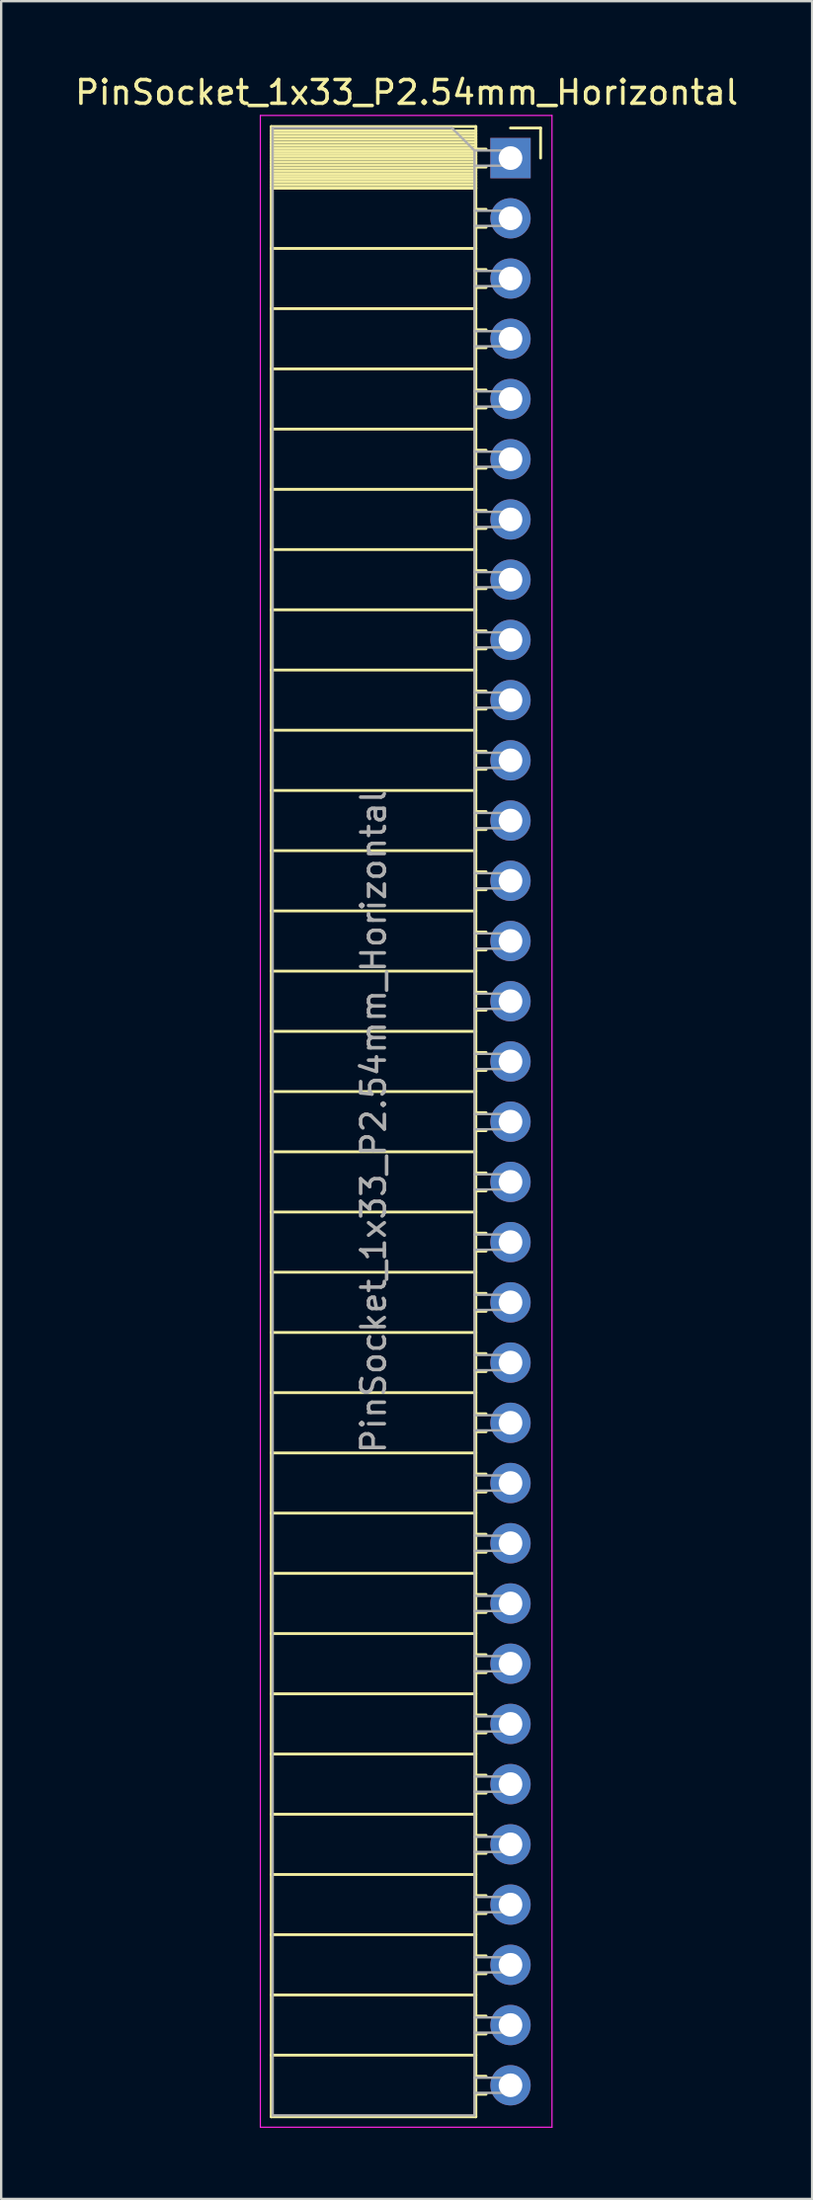
<source format=kicad_pcb>
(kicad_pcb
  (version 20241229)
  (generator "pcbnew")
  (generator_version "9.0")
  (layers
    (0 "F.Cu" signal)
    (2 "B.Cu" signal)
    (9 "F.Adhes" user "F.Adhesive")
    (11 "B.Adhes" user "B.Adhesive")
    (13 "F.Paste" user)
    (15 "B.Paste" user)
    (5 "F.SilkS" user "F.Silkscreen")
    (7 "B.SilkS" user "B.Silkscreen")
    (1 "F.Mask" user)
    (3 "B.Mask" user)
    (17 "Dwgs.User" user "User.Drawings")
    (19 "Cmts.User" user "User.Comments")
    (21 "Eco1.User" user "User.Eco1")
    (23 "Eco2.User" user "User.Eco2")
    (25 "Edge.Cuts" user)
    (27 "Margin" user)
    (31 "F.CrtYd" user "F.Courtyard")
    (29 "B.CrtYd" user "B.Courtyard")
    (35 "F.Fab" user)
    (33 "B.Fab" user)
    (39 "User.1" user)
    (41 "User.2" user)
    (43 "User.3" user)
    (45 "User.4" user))
  (footprint "PinSocket_1x33_P2.54mm_Horizontal"
    (layer "F.Cu")
    (at 18.481 3.618)
    (property "Reference" "PinSocket_1x33_P2.54mm_Horizontal" (at -4.38 -2.77 0) (layer "F.SilkS") (effects (font (size 1 1) (thickness 0.15))))
    (attr through_hole)
    (fp_line (start -10.09 -1.33) (end -1.46 -1.33) (stroke (width 0.12) (type solid)) (layer "F.SilkS"))
    (fp_line (start -10.09 -1.15) (end -1.46 -1.15) (stroke (width 0.12) (type solid)) (layer "F.SilkS"))
    (fp_line (start -10.09 -1.03) (end -1.46 -1.03) (stroke (width 0.12) (type solid)) (layer "F.SilkS"))
    (fp_line (start -10.09 -0.91) (end -1.46 -0.91) (stroke (width 0.12) (type solid)) (layer "F.SilkS"))
    (fp_line (start -10.09 -0.79) (end -1.46 -0.79) (stroke (width 0.12) (type solid)) (layer "F.SilkS"))
    (fp_line (start -10.09 -0.67) (end -1.46 -0.67) (stroke (width 0.12) (type solid)) (layer "F.SilkS"))
    (fp_line (start -10.09 -0.55) (end -1.46 -0.55) (stroke (width 0.12) (type solid)) (layer "F.SilkS"))
    (fp_line (start -10.09 -0.43) (end -1.46 -0.43) (stroke (width 0.12) (type solid)) (layer "F.SilkS"))
    (fp_line (start -10.09 -0.31) (end -1.46 -0.31) (stroke (width 0.12) (type solid)) (layer "F.SilkS"))
    (fp_line (start -10.09 -0.19) (end -1.46 -0.19) (stroke (width 0.12) (type solid)) (layer "F.SilkS"))
    (fp_line (start -10.09 -0.07) (end -1.46 -0.07) (stroke (width 0.12) (type solid)) (layer "F.SilkS"))
    (fp_line (start -10.09 0.05) (end -1.46 0.05) (stroke (width 0.12) (type solid)) (layer "F.SilkS"))
    (fp_line (start -10.09 0.17) (end -1.46 0.17) (stroke (width 0.12) (type solid)) (layer "F.SilkS"))
    (fp_line (start -10.09 0.29) (end -1.46 0.29) (stroke (width 0.12) (type solid)) (layer "F.SilkS"))
    (fp_line (start -10.09 0.41) (end -1.46 0.41) (stroke (width 0.12) (type solid)) (layer "F.SilkS"))
    (fp_line (start -10.09 0.53) (end -1.46 0.53) (stroke (width 0.12) (type solid)) (layer "F.SilkS"))
    (fp_line (start -10.09 0.65) (end -1.46 0.65) (stroke (width 0.12) (type solid)) (layer "F.SilkS"))
    (fp_line (start -10.09 0.77) (end -1.46 0.77) (stroke (width 0.12) (type solid)) (layer "F.SilkS"))
    (fp_line (start -10.09 0.89) (end -1.46 0.89) (stroke (width 0.12) (type solid)) (layer "F.SilkS"))
    (fp_line (start -10.09 1.01) (end -1.46 1.01) (stroke (width 0.12) (type solid)) (layer "F.SilkS"))
    (fp_line (start -10.09 1.13) (end -1.46 1.13) (stroke (width 0.12) (type solid)) (layer "F.SilkS"))
    (fp_line (start -10.09 1.25) (end -1.46 1.25) (stroke (width 0.12) (type solid)) (layer "F.SilkS"))
    (fp_line (start -10.09 1.27) (end -1.46 1.27) (stroke (width 0.12) (type solid)) (layer "F.SilkS"))
    (fp_line (start -10.09 3.81) (end -1.46 3.81) (stroke (width 0.12) (type solid)) (layer "F.SilkS"))
    (fp_line (start -10.09 6.35) (end -1.46 6.35) (stroke (width 0.12) (type solid)) (layer "F.SilkS"))
    (fp_line (start -10.09 8.89) (end -1.46 8.89) (stroke (width 0.12) (type solid)) (layer "F.SilkS"))
    (fp_line (start -10.09 11.43) (end -1.46 11.43) (stroke (width 0.12) (type solid)) (layer "F.SilkS"))
    (fp_line (start -10.09 13.97) (end -1.46 13.97) (stroke (width 0.12) (type solid)) (layer "F.SilkS"))
    (fp_line (start -10.09 16.51) (end -1.46 16.51) (stroke (width 0.12) (type solid)) (layer "F.SilkS"))
    (fp_line (start -10.09 19.05) (end -1.46 19.05) (stroke (width 0.12) (type solid)) (layer "F.SilkS"))
    (fp_line (start -10.09 21.59) (end -1.46 21.59) (stroke (width 0.12) (type solid)) (layer "F.SilkS"))
    (fp_line (start -10.09 24.13) (end -1.46 24.13) (stroke (width 0.12) (type solid)) (layer "F.SilkS"))
    (fp_line (start -10.09 26.67) (end -1.46 26.67) (stroke (width 0.12) (type solid)) (layer "F.SilkS"))
    (fp_line (start -10.09 29.21) (end -1.46 29.21) (stroke (width 0.12) (type solid)) (layer "F.SilkS"))
    (fp_line (start -10.09 31.75) (end -1.46 31.75) (stroke (width 0.12) (type solid)) (layer "F.SilkS"))
    (fp_line (start -10.09 34.29) (end -1.46 34.29) (stroke (width 0.12) (type solid)) (layer "F.SilkS"))
    (fp_line (start -10.09 36.83) (end -1.46 36.83) (stroke (width 0.12) (type solid)) (layer "F.SilkS"))
    (fp_line (start -10.09 39.37) (end -1.46 39.37) (stroke (width 0.12) (type solid)) (layer "F.SilkS"))
    (fp_line (start -10.09 41.91) (end -1.46 41.91) (stroke (width 0.12) (type solid)) (layer "F.SilkS"))
    (fp_line (start -10.09 44.45) (end -1.46 44.45) (stroke (width 0.12) (type solid)) (layer "F.SilkS"))
    (fp_line (start -10.09 46.99) (end -1.46 46.99) (stroke (width 0.12) (type solid)) (layer "F.SilkS"))
    (fp_line (start -10.09 49.53) (end -1.46 49.53) (stroke (width 0.12) (type solid)) (layer "F.SilkS"))
    (fp_line (start -10.09 52.07) (end -1.46 52.07) (stroke (width 0.12) (type solid)) (layer "F.SilkS"))
    (fp_line (start -10.09 54.61) (end -1.46 54.61) (stroke (width 0.12) (type solid)) (layer "F.SilkS"))
    (fp_line (start -10.09 57.15) (end -1.46 57.15) (stroke (width 0.12) (type solid)) (layer "F.SilkS"))
    (fp_line (start -10.09 59.69) (end -1.46 59.69) (stroke (width 0.12) (type solid)) (layer "F.SilkS"))
    (fp_line (start -10.09 62.23) (end -1.46 62.23) (stroke (width 0.12) (type solid)) (layer "F.SilkS"))
    (fp_line (start -10.09 64.77) (end -1.46 64.77) (stroke (width 0.12) (type solid)) (layer "F.SilkS"))
    (fp_line (start -10.09 67.31) (end -1.46 67.31) (stroke (width 0.12) (type solid)) (layer "F.SilkS"))
    (fp_line (start -10.09 69.85) (end -1.46 69.85) (stroke (width 0.12) (type solid)) (layer "F.SilkS"))
    (fp_line (start -10.09 72.39) (end -1.46 72.39) (stroke (width 0.12) (type solid)) (layer "F.SilkS"))
    (fp_line (start -10.09 74.93) (end -1.46 74.93) (stroke (width 0.12) (type solid)) (layer "F.SilkS"))
    (fp_line (start -10.09 77.47) (end -1.46 77.47) (stroke (width 0.12) (type solid)) (layer "F.SilkS"))
    (fp_line (start -10.09 80.01) (end -1.46 80.01) (stroke (width 0.12) (type solid)) (layer "F.SilkS"))
    (fp_line (start -10.09 82.61) (end -10.09 -1.33) (stroke (width 0.12) (type solid)) (layer "F.SilkS"))
    (fp_line (start -1.46 -1.33) (end -1.46 82.61) (stroke (width 0.12) (type solid)) (layer "F.SilkS"))
    (fp_line (start -1.46 -0.38) (end -1.03 -0.38) (stroke (width 0.12) (type solid)) (layer "F.SilkS"))
    (fp_line (start -1.46 2.16) (end -1.03 2.16) (stroke (width 0.12) (type solid)) (layer "F.SilkS"))
    (fp_line (start -1.46 4.7) (end -1.03 4.7) (stroke (width 0.12) (type solid)) (layer "F.SilkS"))
    (fp_line (start -1.46 7.24) (end -1.03 7.24) (stroke (width 0.12) (type solid)) (layer "F.SilkS"))
    (fp_line (start -1.46 9.78) (end -1.03 9.78) (stroke (width 0.12) (type solid)) (layer "F.SilkS"))
    (fp_line (start -1.46 12.32) (end -1.03 12.32) (stroke (width 0.12) (type solid)) (layer "F.SilkS"))
    (fp_line (start -1.46 14.86) (end -1.03 14.86) (stroke (width 0.12) (type solid)) (layer "F.SilkS"))
    (fp_line (start -1.46 17.4) (end -1.03 17.4) (stroke (width 0.12) (type solid)) (layer "F.SilkS"))
    (fp_line (start -1.46 19.94) (end -1.03 19.94) (stroke (width 0.12) (type solid)) (layer "F.SilkS"))
    (fp_line (start -1.46 22.48) (end -1.03 22.48) (stroke (width 0.12) (type solid)) (layer "F.SilkS"))
    (fp_line (start -1.46 25.02) (end -1.03 25.02) (stroke (width 0.12) (type solid)) (layer "F.SilkS"))
    (fp_line (start -1.46 27.56) (end -1.03 27.56) (stroke (width 0.12) (type solid)) (layer "F.SilkS"))
    (fp_line (start -1.46 30.1) (end -1.03 30.1) (stroke (width 0.12) (type solid)) (layer "F.SilkS"))
    (fp_line (start -1.46 32.64) (end -1.03 32.64) (stroke (width 0.12) (type solid)) (layer "F.SilkS"))
    (fp_line (start -1.46 35.18) (end -1.03 35.18) (stroke (width 0.12) (type solid)) (layer "F.SilkS"))
    (fp_line (start -1.46 37.72) (end -1.03 37.72) (stroke (width 0.12) (type solid)) (layer "F.SilkS"))
    (fp_line (start -1.46 40.26) (end -1.03 40.26) (stroke (width 0.12) (type solid)) (layer "F.SilkS"))
    (fp_line (start -1.46 42.8) (end -1.03 42.8) (stroke (width 0.12) (type solid)) (layer "F.SilkS"))
    (fp_line (start -1.46 45.34) (end -1.03 45.34) (stroke (width 0.12) (type solid)) (layer "F.SilkS"))
    (fp_line (start -1.46 47.88) (end -1.03 47.88) (stroke (width 0.12) (type solid)) (layer "F.SilkS"))
    (fp_line (start -1.46 50.42) (end -1.03 50.42) (stroke (width 0.12) (type solid)) (layer "F.SilkS"))
    (fp_line (start -1.46 52.96) (end -1.03 52.96) (stroke (width 0.12) (type solid)) (layer "F.SilkS"))
    (fp_line (start -1.46 55.5) (end -1.03 55.5) (stroke (width 0.12) (type solid)) (layer "F.SilkS"))
    (fp_line (start -1.46 58.04) (end -1.03 58.04) (stroke (width 0.12) (type solid)) (layer "F.SilkS"))
    (fp_line (start -1.46 60.58) (end -1.03 60.58) (stroke (width 0.12) (type solid)) (layer "F.SilkS"))
    (fp_line (start -1.46 63.12) (end -1.03 63.12) (stroke (width 0.12) (type solid)) (layer "F.SilkS"))
    (fp_line (start -1.46 65.66) (end -1.03 65.66) (stroke (width 0.12) (type solid)) (layer "F.SilkS"))
    (fp_line (start -1.46 68.2) (end -1.03 68.2) (stroke (width 0.12) (type solid)) (layer "F.SilkS"))
    (fp_line (start -1.46 70.74) (end -1.03 70.74) (stroke (width 0.12) (type solid)) (layer "F.SilkS"))
    (fp_line (start -1.46 73.28) (end -1.03 73.28) (stroke (width 0.12) (type solid)) (layer "F.SilkS"))
    (fp_line (start -1.46 75.82) (end -1.03 75.82) (stroke (width 0.12) (type solid)) (layer "F.SilkS"))
    (fp_line (start -1.46 78.36) (end -1.03 78.36) (stroke (width 0.12) (type solid)) (layer "F.SilkS"))
    (fp_line (start -1.46 80.9) (end -1.03 80.9) (stroke (width 0.12) (type solid)) (layer "F.SilkS"))
    (fp_line (start -1.46 82.61) (end -10.09 82.61) (stroke (width 0.12) (type solid)) (layer "F.SilkS"))
    (fp_line (start -1.03 0.38) (end -1.46 0.38) (stroke (width 0.12) (type solid)) (layer "F.SilkS"))
    (fp_line (start -1.03 2.92) (end -1.46 2.92) (stroke (width 0.12) (type solid)) (layer "F.SilkS"))
    (fp_line (start -1.03 5.46) (end -1.46 5.46) (stroke (width 0.12) (type solid)) (layer "F.SilkS"))
    (fp_line (start -1.03 8) (end -1.46 8) (stroke (width 0.12) (type solid)) (layer "F.SilkS"))
    (fp_line (start -1.03 10.54) (end -1.46 10.54) (stroke (width 0.12) (type solid)) (layer "F.SilkS"))
    (fp_line (start -1.03 13.08) (end -1.46 13.08) (stroke (width 0.12) (type solid)) (layer "F.SilkS"))
    (fp_line (start -1.03 15.62) (end -1.46 15.62) (stroke (width 0.12) (type solid)) (layer "F.SilkS"))
    (fp_line (start -1.03 18.16) (end -1.46 18.16) (stroke (width 0.12) (type solid)) (layer "F.SilkS"))
    (fp_line (start -1.03 20.7) (end -1.46 20.7) (stroke (width 0.12) (type solid)) (layer "F.SilkS"))
    (fp_line (start -1.03 23.24) (end -1.46 23.24) (stroke (width 0.12) (type solid)) (layer "F.SilkS"))
    (fp_line (start -1.03 25.78) (end -1.46 25.78) (stroke (width 0.12) (type solid)) (layer "F.SilkS"))
    (fp_line (start -1.03 28.32) (end -1.46 28.32) (stroke (width 0.12) (type solid)) (layer "F.SilkS"))
    (fp_line (start -1.03 30.86) (end -1.46 30.86) (stroke (width 0.12) (type solid)) (layer "F.SilkS"))
    (fp_line (start -1.03 33.4) (end -1.46 33.4) (stroke (width 0.12) (type solid)) (layer "F.SilkS"))
    (fp_line (start -1.03 35.94) (end -1.46 35.94) (stroke (width 0.12) (type solid)) (layer "F.SilkS"))
    (fp_line (start -1.03 38.48) (end -1.46 38.48) (stroke (width 0.12) (type solid)) (layer "F.SilkS"))
    (fp_line (start -1.03 41.02) (end -1.46 41.02) (stroke (width 0.12) (type solid)) (layer "F.SilkS"))
    (fp_line (start -1.03 43.56) (end -1.46 43.56) (stroke (width 0.12) (type solid)) (layer "F.SilkS"))
    (fp_line (start -1.03 46.1) (end -1.46 46.1) (stroke (width 0.12) (type solid)) (layer "F.SilkS"))
    (fp_line (start -1.03 48.64) (end -1.46 48.64) (stroke (width 0.12) (type solid)) (layer "F.SilkS"))
    (fp_line (start -1.03 51.18) (end -1.46 51.18) (stroke (width 0.12) (type solid)) (layer "F.SilkS"))
    (fp_line (start -1.03 53.72) (end -1.46 53.72) (stroke (width 0.12) (type solid)) (layer "F.SilkS"))
    (fp_line (start -1.03 56.26) (end -1.46 56.26) (stroke (width 0.12) (type solid)) (layer "F.SilkS"))
    (fp_line (start -1.03 58.8) (end -1.46 58.8) (stroke (width 0.12) (type solid)) (layer "F.SilkS"))
    (fp_line (start -1.03 61.34) (end -1.46 61.34) (stroke (width 0.12) (type solid)) (layer "F.SilkS"))
    (fp_line (start -1.03 63.88) (end -1.46 63.88) (stroke (width 0.12) (type solid)) (layer "F.SilkS"))
    (fp_line (start -1.03 66.42) (end -1.46 66.42) (stroke (width 0.12) (type solid)) (layer "F.SilkS"))
    (fp_line (start -1.03 68.96) (end -1.46 68.96) (stroke (width 0.12) (type solid)) (layer "F.SilkS"))
    (fp_line (start -1.03 71.5) (end -1.46 71.5) (stroke (width 0.12) (type solid)) (layer "F.SilkS"))
    (fp_line (start -1.03 74.04) (end -1.46 74.04) (stroke (width 0.12) (type solid)) (layer "F.SilkS"))
    (fp_line (start -1.03 76.58) (end -1.46 76.58) (stroke (width 0.12) (type solid)) (layer "F.SilkS"))
    (fp_line (start -1.03 79.12) (end -1.46 79.12) (stroke (width 0.12) (type solid)) (layer "F.SilkS"))
    (fp_line (start -1.03 81.66) (end -1.46 81.66) (stroke (width 0.12) (type solid)) (layer "F.SilkS"))
    (fp_line (start 0 -1.27) (end 1.27 -1.27) (stroke (width 0.12) (type solid)) (layer "F.SilkS"))
    (fp_line (start 1.27 -1.27) (end 1.27 0) (stroke (width 0.12) (type solid)) (layer "F.SilkS"))
    (fp_line (start -10.55 -1.8) (end -10.55 83.05) (stroke (width 0.05) (type solid)) (layer "F.CrtYd"))
    (fp_line (start -10.55 83.05) (end 1.75 83.05) (stroke (width 0.05) (type solid)) (layer "F.CrtYd"))
    (fp_line (start 1.75 -1.8) (end -10.55 -1.8) (stroke (width 0.05) (type solid)) (layer "F.CrtYd"))
    (fp_line (start 1.75 83.05) (end 1.75 -1.8) (stroke (width 0.05) (type solid)) (layer "F.CrtYd"))
    (fp_line (start -10.03 -1.27) (end -2.47 -1.27) (stroke (width 0.1) (type solid)) (layer "F.Fab"))
    (fp_line (start -10.03 82.55) (end -10.03 -1.27) (stroke (width 0.1) (type solid)) (layer "F.Fab"))
    (fp_line (start -2.47 -1.27) (end -1.52 -0.32) (stroke (width 0.1) (type solid)) (layer "F.Fab"))
    (fp_line (start -1.52 -0.32) (end -1.52 82.55) (stroke (width 0.1) (type solid)) (layer "F.Fab"))
    (fp_line (start -1.52 0.32) (end 0 0.32) (stroke (width 0.1) (type solid)) (layer "F.Fab"))
    (fp_line (start -1.52 2.86) (end 0 2.86) (stroke (width 0.1) (type solid)) (layer "F.Fab"))
    (fp_line (start -1.52 5.4) (end 0 5.4) (stroke (width 0.1) (type solid)) (layer "F.Fab"))
    (fp_line (start -1.52 7.94) (end 0 7.94) (stroke (width 0.1) (type solid)) (layer "F.Fab"))
    (fp_line (start -1.52 10.48) (end 0 10.48) (stroke (width 0.1) (type solid)) (layer "F.Fab"))
    (fp_line (start -1.52 13.02) (end 0 13.02) (stroke (width 0.1) (type solid)) (layer "F.Fab"))
    (fp_line (start -1.52 15.56) (end 0 15.56) (stroke (width 0.1) (type solid)) (layer "F.Fab"))
    (fp_line (start -1.52 18.1) (end 0 18.1) (stroke (width 0.1) (type solid)) (layer "F.Fab"))
    (fp_line (start -1.52 20.64) (end 0 20.64) (stroke (width 0.1) (type solid)) (layer "F.Fab"))
    (fp_line (start -1.52 23.18) (end 0 23.18) (stroke (width 0.1) (type solid)) (layer "F.Fab"))
    (fp_line (start -1.52 25.72) (end 0 25.72) (stroke (width 0.1) (type solid)) (layer "F.Fab"))
    (fp_line (start -1.52 28.26) (end 0 28.26) (stroke (width 0.1) (type solid)) (layer "F.Fab"))
    (fp_line (start -1.52 30.8) (end 0 30.8) (stroke (width 0.1) (type solid)) (layer "F.Fab"))
    (fp_line (start -1.52 33.34) (end 0 33.34) (stroke (width 0.1) (type solid)) (layer "F.Fab"))
    (fp_line (start -1.52 35.88) (end 0 35.88) (stroke (width 0.1) (type solid)) (layer "F.Fab"))
    (fp_line (start -1.52 38.42) (end 0 38.42) (stroke (width 0.1) (type solid)) (layer "F.Fab"))
    (fp_line (start -1.52 40.96) (end 0 40.96) (stroke (width 0.1) (type solid)) (layer "F.Fab"))
    (fp_line (start -1.52 43.5) (end 0 43.5) (stroke (width 0.1) (type solid)) (layer "F.Fab"))
    (fp_line (start -1.52 46.04) (end 0 46.04) (stroke (width 0.1) (type solid)) (layer "F.Fab"))
    (fp_line (start -1.52 48.58) (end 0 48.58) (stroke (width 0.1) (type solid)) (layer "F.Fab"))
    (fp_line (start -1.52 51.12) (end 0 51.12) (stroke (width 0.1) (type solid)) (layer "F.Fab"))
    (fp_line (start -1.52 53.66) (end 0 53.66) (stroke (width 0.1) (type solid)) (layer "F.Fab"))
    (fp_line (start -1.52 56.2) (end 0 56.2) (stroke (width 0.1) (type solid)) (layer "F.Fab"))
    (fp_line (start -1.52 58.74) (end 0 58.74) (stroke (width 0.1) (type solid)) (layer "F.Fab"))
    (fp_line (start -1.52 61.28) (end 0 61.28) (stroke (width 0.1) (type solid)) (layer "F.Fab"))
    (fp_line (start -1.52 63.82) (end 0 63.82) (stroke (width 0.1) (type solid)) (layer "F.Fab"))
    (fp_line (start -1.52 66.36) (end 0 66.36) (stroke (width 0.1) (type solid)) (layer "F.Fab"))
    (fp_line (start -1.52 68.9) (end 0 68.9) (stroke (width 0.1) (type solid)) (layer "F.Fab"))
    (fp_line (start -1.52 71.44) (end 0 71.44) (stroke (width 0.1) (type solid)) (layer "F.Fab"))
    (fp_line (start -1.52 73.98) (end 0 73.98) (stroke (width 0.1) (type solid)) (layer "F.Fab"))
    (fp_line (start -1.52 76.52) (end 0 76.52) (stroke (width 0.1) (type solid)) (layer "F.Fab"))
    (fp_line (start -1.52 79.06) (end 0 79.06) (stroke (width 0.1) (type solid)) (layer "F.Fab"))
    (fp_line (start -1.52 81.6) (end 0 81.6) (stroke (width 0.1) (type solid)) (layer "F.Fab"))
    (fp_line (start -1.52 82.55) (end -10.03 82.55) (stroke (width 0.1) (type solid)) (layer "F.Fab"))
    (fp_line (start 0 -0.32) (end -1.52 -0.32) (stroke (width 0.1) (type solid)) (layer "F.Fab"))
    (fp_line (start 0 0.32) (end 0 -0.32) (stroke (width 0.1) (type solid)) (layer "F.Fab"))
    (fp_line (start 0 2.22) (end -1.52 2.22) (stroke (width 0.1) (type solid)) (layer "F.Fab"))
    (fp_line (start 0 2.86) (end 0 2.22) (stroke (width 0.1) (type solid)) (layer "F.Fab"))
    (fp_line (start 0 4.76) (end -1.52 4.76) (stroke (width 0.1) (type solid)) (layer "F.Fab"))
    (fp_line (start 0 5.4) (end 0 4.76) (stroke (width 0.1) (type solid)) (layer "F.Fab"))
    (fp_line (start 0 7.3) (end -1.52 7.3) (stroke (width 0.1) (type solid)) (layer "F.Fab"))
    (fp_line (start 0 7.94) (end 0 7.3) (stroke (width 0.1) (type solid)) (layer "F.Fab"))
    (fp_line (start 0 9.84) (end -1.52 9.84) (stroke (width 0.1) (type solid)) (layer "F.Fab"))
    (fp_line (start 0 10.48) (end 0 9.84) (stroke (width 0.1) (type solid)) (layer "F.Fab"))
    (fp_line (start 0 12.38) (end -1.52 12.38) (stroke (width 0.1) (type solid)) (layer "F.Fab"))
    (fp_line (start 0 13.02) (end 0 12.38) (stroke (width 0.1) (type solid)) (layer "F.Fab"))
    (fp_line (start 0 14.92) (end -1.52 14.92) (stroke (width 0.1) (type solid)) (layer "F.Fab"))
    (fp_line (start 0 15.56) (end 0 14.92) (stroke (width 0.1) (type solid)) (layer "F.Fab"))
    (fp_line (start 0 17.46) (end -1.52 17.46) (stroke (width 0.1) (type solid)) (layer "F.Fab"))
    (fp_line (start 0 18.1) (end 0 17.46) (stroke (width 0.1) (type solid)) (layer "F.Fab"))
    (fp_line (start 0 20) (end -1.52 20) (stroke (width 0.1) (type solid)) (layer "F.Fab"))
    (fp_line (start 0 20.64) (end 0 20) (stroke (width 0.1) (type solid)) (layer "F.Fab"))
    (fp_line (start 0 22.54) (end -1.52 22.54) (stroke (width 0.1) (type solid)) (layer "F.Fab"))
    (fp_line (start 0 23.18) (end 0 22.54) (stroke (width 0.1) (type solid)) (layer "F.Fab"))
    (fp_line (start 0 25.08) (end -1.52 25.08) (stroke (width 0.1) (type solid)) (layer "F.Fab"))
    (fp_line (start 0 25.72) (end 0 25.08) (stroke (width 0.1) (type solid)) (layer "F.Fab"))
    (fp_line (start 0 27.62) (end -1.52 27.62) (stroke (width 0.1) (type solid)) (layer "F.Fab"))
    (fp_line (start 0 28.26) (end 0 27.62) (stroke (width 0.1) (type solid)) (layer "F.Fab"))
    (fp_line (start 0 30.16) (end -1.52 30.16) (stroke (width 0.1) (type solid)) (layer "F.Fab"))
    (fp_line (start 0 30.8) (end 0 30.16) (stroke (width 0.1) (type solid)) (layer "F.Fab"))
    (fp_line (start 0 32.7) (end -1.52 32.7) (stroke (width 0.1) (type solid)) (layer "F.Fab"))
    (fp_line (start 0 33.34) (end 0 32.7) (stroke (width 0.1) (type solid)) (layer "F.Fab"))
    (fp_line (start 0 35.24) (end -1.52 35.24) (stroke (width 0.1) (type solid)) (layer "F.Fab"))
    (fp_line (start 0 35.88) (end 0 35.24) (stroke (width 0.1) (type solid)) (layer "F.Fab"))
    (fp_line (start 0 37.78) (end -1.52 37.78) (stroke (width 0.1) (type solid)) (layer "F.Fab"))
    (fp_line (start 0 38.42) (end 0 37.78) (stroke (width 0.1) (type solid)) (layer "F.Fab"))
    (fp_line (start 0 40.32) (end -1.52 40.32) (stroke (width 0.1) (type solid)) (layer "F.Fab"))
    (fp_line (start 0 40.96) (end 0 40.32) (stroke (width 0.1) (type solid)) (layer "F.Fab"))
    (fp_line (start 0 42.86) (end -1.52 42.86) (stroke (width 0.1) (type solid)) (layer "F.Fab"))
    (fp_line (start 0 43.5) (end 0 42.86) (stroke (width 0.1) (type solid)) (layer "F.Fab"))
    (fp_line (start 0 45.4) (end -1.52 45.4) (stroke (width 0.1) (type solid)) (layer "F.Fab"))
    (fp_line (start 0 46.04) (end 0 45.4) (stroke (width 0.1) (type solid)) (layer "F.Fab"))
    (fp_line (start 0 47.94) (end -1.52 47.94) (stroke (width 0.1) (type solid)) (layer "F.Fab"))
    (fp_line (start 0 48.58) (end 0 47.94) (stroke (width 0.1) (type solid)) (layer "F.Fab"))
    (fp_line (start 0 50.48) (end -1.52 50.48) (stroke (width 0.1) (type solid)) (layer "F.Fab"))
    (fp_line (start 0 51.12) (end 0 50.48) (stroke (width 0.1) (type solid)) (layer "F.Fab"))
    (fp_line (start 0 53.02) (end -1.52 53.02) (stroke (width 0.1) (type solid)) (layer "F.Fab"))
    (fp_line (start 0 53.66) (end 0 53.02) (stroke (width 0.1) (type solid)) (layer "F.Fab"))
    (fp_line (start 0 55.56) (end -1.52 55.56) (stroke (width 0.1) (type solid)) (layer "F.Fab"))
    (fp_line (start 0 56.2) (end 0 55.56) (stroke (width 0.1) (type solid)) (layer "F.Fab"))
    (fp_line (start 0 58.1) (end -1.52 58.1) (stroke (width 0.1) (type solid)) (layer "F.Fab"))
    (fp_line (start 0 58.74) (end 0 58.1) (stroke (width 0.1) (type solid)) (layer "F.Fab"))
    (fp_line (start 0 60.64) (end -1.52 60.64) (stroke (width 0.1) (type solid)) (layer "F.Fab"))
    (fp_line (start 0 61.28) (end 0 60.64) (stroke (width 0.1) (type solid)) (layer "F.Fab"))
    (fp_line (start 0 63.18) (end -1.52 63.18) (stroke (width 0.1) (type solid)) (layer "F.Fab"))
    (fp_line (start 0 63.82) (end 0 63.18) (stroke (width 0.1) (type solid)) (layer "F.Fab"))
    (fp_line (start 0 65.72) (end -1.52 65.72) (stroke (width 0.1) (type solid)) (layer "F.Fab"))
    (fp_line (start 0 66.36) (end 0 65.72) (stroke (width 0.1) (type solid)) (layer "F.Fab"))
    (fp_line (start 0 68.26) (end -1.52 68.26) (stroke (width 0.1) (type solid)) (layer "F.Fab"))
    (fp_line (start 0 68.9) (end 0 68.26) (stroke (width 0.1) (type solid)) (layer "F.Fab"))
    (fp_line (start 0 70.8) (end -1.52 70.8) (stroke (width 0.1) (type solid)) (layer "F.Fab"))
    (fp_line (start 0 71.44) (end 0 70.8) (stroke (width 0.1) (type solid)) (layer "F.Fab"))
    (fp_line (start 0 73.34) (end -1.52 73.34) (stroke (width 0.1) (type solid)) (layer "F.Fab"))
    (fp_line (start 0 73.98) (end 0 73.34) (stroke (width 0.1) (type solid)) (layer "F.Fab"))
    (fp_line (start 0 75.88) (end -1.52 75.88) (stroke (width 0.1) (type solid)) (layer "F.Fab"))
    (fp_line (start 0 76.52) (end 0 75.88) (stroke (width 0.1) (type solid)) (layer "F.Fab"))
    (fp_line (start 0 78.42) (end -1.52 78.42) (stroke (width 0.1) (type solid)) (layer "F.Fab"))
    (fp_line (start 0 79.06) (end 0 78.42) (stroke (width 0.1) (type solid)) (layer "F.Fab"))
    (fp_line (start 0 80.96) (end -1.52 80.96) (stroke (width 0.1) (type solid)) (layer "F.Fab"))
    (fp_line (start 0 81.6) (end 0 80.96) (stroke (width 0.1) (type solid)) (layer "F.Fab"))
    (fp_text user "${REFERENCE}" (at -5.775 40.64 90) (layer "F.Fab") (effects (font (size 1 1) (thickness 0.15))))
    (pad "1" thru_hole rect (at 0 0) (size 1.7 1.7) (drill 1) (layers "*.Cu" "*.Mask"))
    (pad "2" thru_hole oval (at 0 2.54) (size 1.7 1.7) (drill 1) (layers "*.Cu" "*.Mask"))
    (pad "3" thru_hole oval (at 0 5.08) (size 1.7 1.7) (drill 1) (layers "*.Cu" "*.Mask"))
    (pad "4" thru_hole oval (at 0 7.62) (size 1.7 1.7) (drill 1) (layers "*.Cu" "*.Mask"))
    (pad "5" thru_hole oval (at 0 10.16) (size 1.7 1.7) (drill 1) (layers "*.Cu" "*.Mask"))
    (pad "6" thru_hole oval (at 0 12.7) (size 1.7 1.7) (drill 1) (layers "*.Cu" "*.Mask"))
    (pad "7" thru_hole oval (at 0 15.24) (size 1.7 1.7) (drill 1) (layers "*.Cu" "*.Mask"))
    (pad "8" thru_hole oval (at 0 17.78) (size 1.7 1.7) (drill 1) (layers "*.Cu" "*.Mask"))
    (pad "9" thru_hole oval (at 0 20.32) (size 1.7 1.7) (drill 1) (layers "*.Cu" "*.Mask"))
    (pad "10" thru_hole oval (at 0 22.86) (size 1.7 1.7) (drill 1) (layers "*.Cu" "*.Mask"))
    (pad "11" thru_hole oval (at 0 25.4) (size 1.7 1.7) (drill 1) (layers "*.Cu" "*.Mask"))
    (pad "12" thru_hole oval (at 0 27.94) (size 1.7 1.7) (drill 1) (layers "*.Cu" "*.Mask"))
    (pad "13" thru_hole oval (at 0 30.48) (size 1.7 1.7) (drill 1) (layers "*.Cu" "*.Mask"))
    (pad "14" thru_hole oval (at 0 33.02) (size 1.7 1.7) (drill 1) (layers "*.Cu" "*.Mask"))
    (pad "15" thru_hole oval (at 0 35.56) (size 1.7 1.7) (drill 1) (layers "*.Cu" "*.Mask"))
    (pad "16" thru_hole oval (at 0 38.1) (size 1.7 1.7) (drill 1) (layers "*.Cu" "*.Mask"))
    (pad "17" thru_hole oval (at 0 40.64) (size 1.7 1.7) (drill 1) (layers "*.Cu" "*.Mask"))
    (pad "18" thru_hole oval (at 0 43.18) (size 1.7 1.7) (drill 1) (layers "*.Cu" "*.Mask"))
    (pad "19" thru_hole oval (at 0 45.72) (size 1.7 1.7) (drill 1) (layers "*.Cu" "*.Mask"))
    (pad "20" thru_hole oval (at 0 48.26) (size 1.7 1.7) (drill 1) (layers "*.Cu" "*.Mask"))
    (pad "21" thru_hole oval (at 0 50.8) (size 1.7 1.7) (drill 1) (layers "*.Cu" "*.Mask"))
    (pad "22" thru_hole oval (at 0 53.34) (size 1.7 1.7) (drill 1) (layers "*.Cu" "*.Mask"))
    (pad "23" thru_hole oval (at 0 55.88) (size 1.7 1.7) (drill 1) (layers "*.Cu" "*.Mask"))
    (pad "24" thru_hole oval (at 0 58.42) (size 1.7 1.7) (drill 1) (layers "*.Cu" "*.Mask"))
    (pad "25" thru_hole oval (at 0 60.96) (size 1.7 1.7) (drill 1) (layers "*.Cu" "*.Mask"))
    (pad "26" thru_hole oval (at 0 63.5) (size 1.7 1.7) (drill 1) (layers "*.Cu" "*.Mask"))
    (pad "27" thru_hole oval (at 0 66.04) (size 1.7 1.7) (drill 1) (layers "*.Cu" "*.Mask"))
    (pad "28" thru_hole oval (at 0 68.58) (size 1.7 1.7) (drill 1) (layers "*.Cu" "*.Mask"))
    (pad "29" thru_hole oval (at 0 71.12) (size 1.7 1.7) (drill 1) (layers "*.Cu" "*.Mask"))
    (pad "30" thru_hole oval (at 0 73.66) (size 1.7 1.7) (drill 1) (layers "*.Cu" "*.Mask"))
    (pad "31" thru_hole oval (at 0 76.2) (size 1.7 1.7) (drill 1) (layers "*.Cu" "*.Mask"))
    (pad "32" thru_hole oval (at 0 78.74) (size 1.7 1.7) (drill 1) (layers "*.Cu" "*.Mask"))
    (pad "33" thru_hole oval (at 0 81.28) (size 1.7 1.7) (drill 1) (layers "*.Cu" "*.Mask")))
  (gr_rect
    (start -3 -3)
    (end 31.202 89.693)
    (stroke (width 0.1) (type default))
    (fill no)
    (layer "Edge.Cuts")))
</source>
